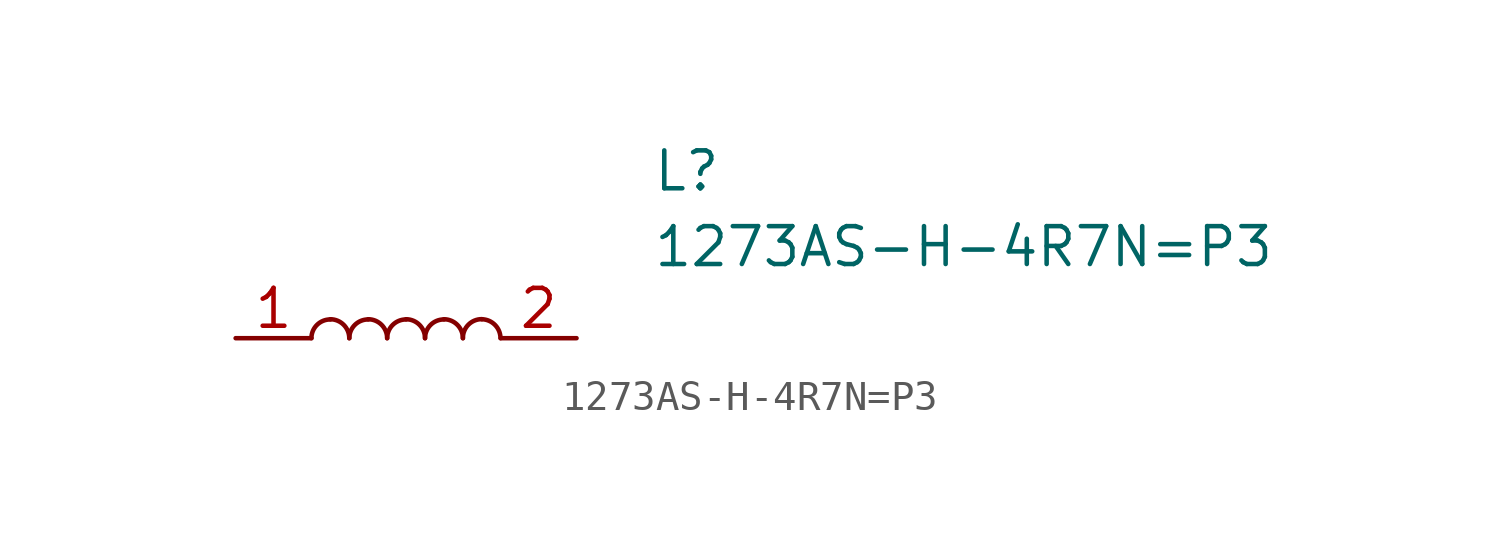
<source format=kicad_sym>
(kicad_symbol_lib
  (version 20220914)
  (generator kicad_symbol_editor)
  (symbol "1273AS-H-4R7N=P3"
    (pin_names hide)
    (property "Reference" "L"
      (at 16.51 6.35 0)
      (effects (font (size 1.27 1.27)) (justify left top)))
    (property "Value" "1273AS-H-4R7N=P3"
      (at 16.51 3.81 0)
      (effects (font (size 1.27 1.27)) (justify left top)))
    (symbol "1273AS-H-4R7N=P3_0_1"
      (arc (start 5.715 0.635) (mid 5.266 0.449) (end 5.08 0) (stroke (width 0) (type default)) (fill (type none)))
      (arc (start 6.35 0) (mid 6.164 0.449) (end 5.715 0.635) (stroke (width 0) (type default)) (fill (type none)))
      (arc (start 6.985 0.635) (mid 6.536 0.449) (end 6.35 0) (stroke (width 0) (type default)) (fill (type none)))
      (arc (start 7.62 0) (mid 7.434 0.449) (end 6.985 0.635) (stroke (width 0) (type default)) (fill (type none)))
      (arc (start 8.255 0.635) (mid 7.806 0.449) (end 7.62 0) (stroke (width 0) (type default)) (fill (type none)))
      (arc (start 8.89 0) (mid 8.704 0.449) (end 8.255 0.635) (stroke (width 0) (type default)) (fill (type none)))
      (arc (start 9.525 0.635) (mid 9.076 0.449) (end 8.89 0) (stroke (width 0) (type default)) (fill (type none)))
      (arc (start 10.16 0) (mid 9.974 0.449) (end 9.525 0.635) (stroke (width 0) (type default)) (fill (type none)))
      (arc (start 10.795 0.635) (mid 10.346 0.449) (end 10.16 0) (stroke (width 0) (type default)) (fill (type none)))
      (arc (start 11.43 0) (mid 11.244 0.449) (end 10.795 0.635) (stroke (width 0) (type default)) (fill (type none))))
    (symbol "1273AS-H-4R7N=P3_1_1"
      (pin passive line (at 2.54 0 0) (length 2.54) (name "1" (effects (font (size 1.27 1.27)))) (number "1" (effects (font (size 1.27 1.27)))))
      (pin passive line (at 13.97 0 180) (length 2.54) (name "2" (effects (font (size 1.27 1.27)))) (number "2" (effects (font (size 1.27 1.27))))))))
</source>
